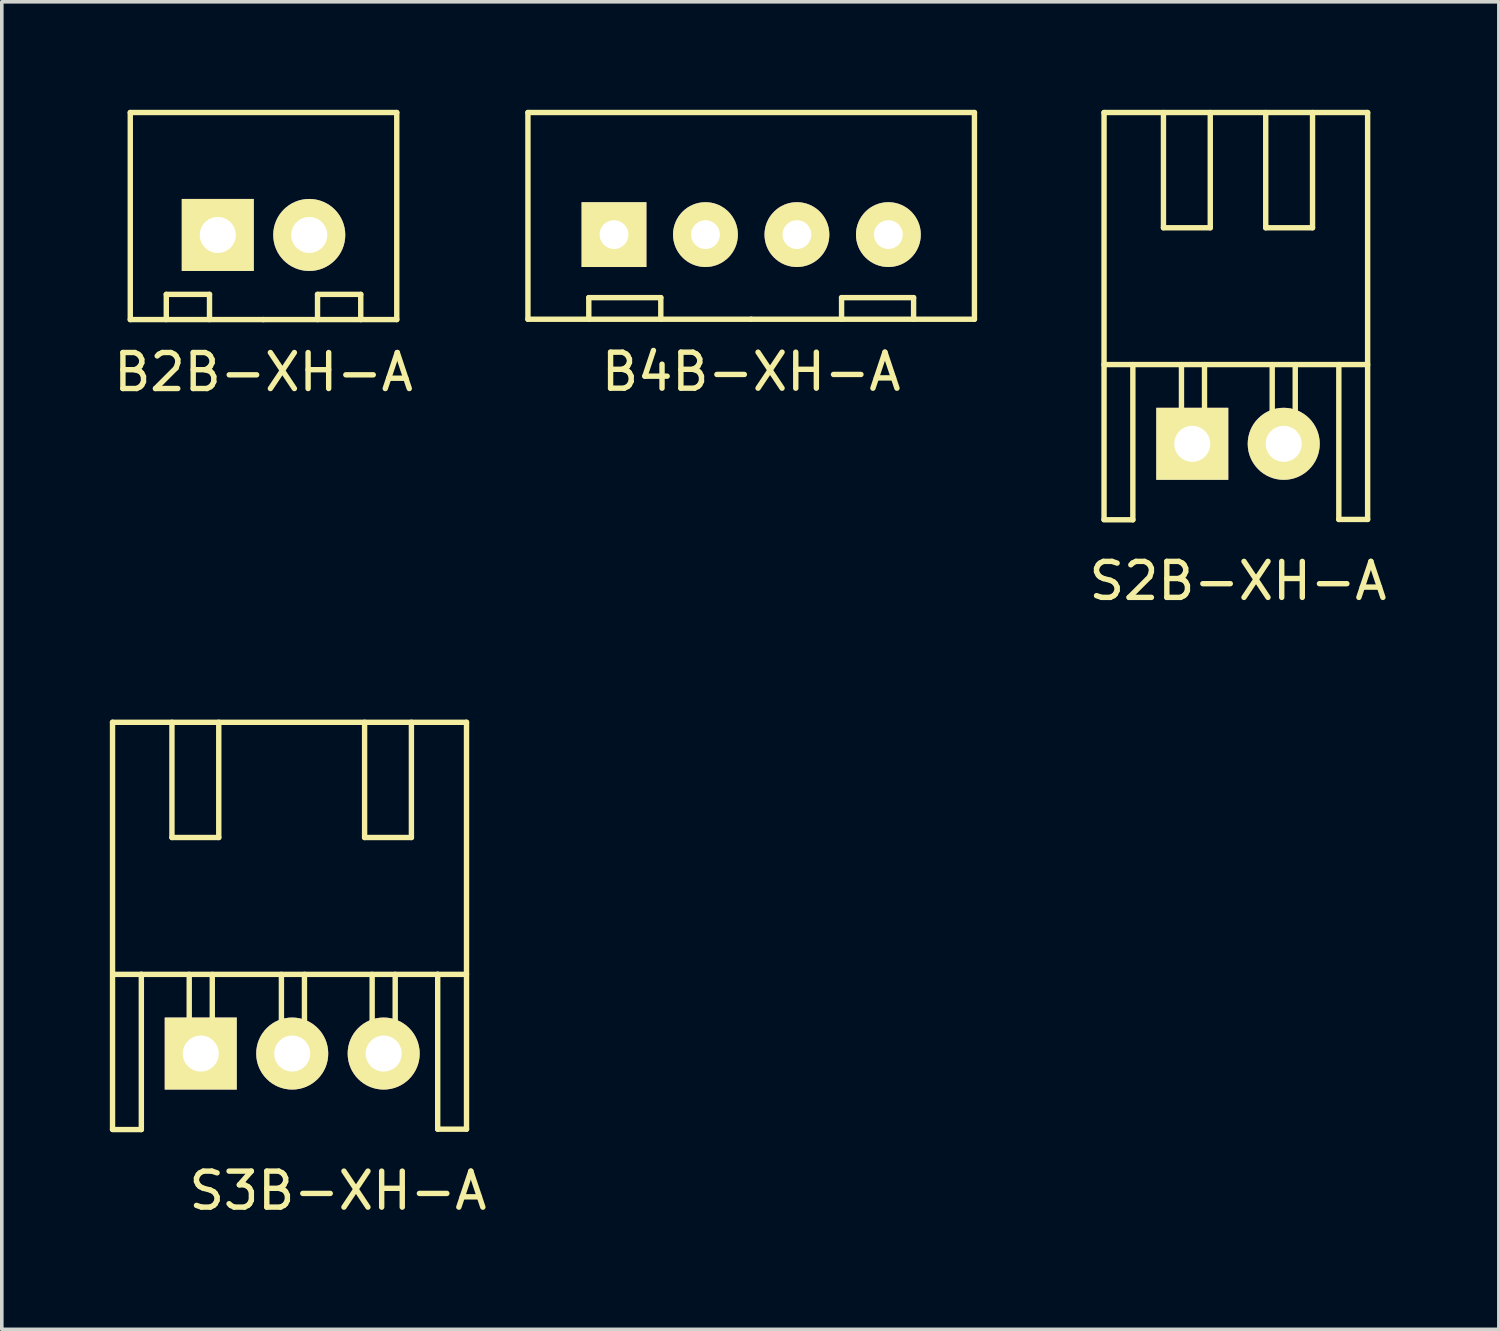
<source format=kicad_pcb>
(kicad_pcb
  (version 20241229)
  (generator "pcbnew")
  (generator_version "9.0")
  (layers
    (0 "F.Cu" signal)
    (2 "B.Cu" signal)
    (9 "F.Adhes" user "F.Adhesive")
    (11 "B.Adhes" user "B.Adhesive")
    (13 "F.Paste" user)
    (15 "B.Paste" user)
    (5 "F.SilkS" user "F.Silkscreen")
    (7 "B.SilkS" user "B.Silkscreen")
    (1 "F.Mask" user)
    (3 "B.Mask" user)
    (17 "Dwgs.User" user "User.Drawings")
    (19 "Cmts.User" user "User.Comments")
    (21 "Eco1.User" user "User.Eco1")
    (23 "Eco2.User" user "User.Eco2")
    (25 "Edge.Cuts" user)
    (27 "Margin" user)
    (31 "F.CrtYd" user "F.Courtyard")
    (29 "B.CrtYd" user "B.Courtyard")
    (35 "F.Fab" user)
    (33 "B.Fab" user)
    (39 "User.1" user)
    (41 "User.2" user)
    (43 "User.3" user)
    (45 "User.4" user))
  (footprint "B4B-XH-A"
    (layer "F.Cu")
    (at 17.811 3.465)
    (property "Reference" "B4B-XH-A" (at 0 3.81 0) (layer "F.SilkS") (effects (font (size 1 1) (thickness 0.15))))
    (attr through_hole)
    (fp_line (start -6.2 -3.39) (end 6.2 -3.39) (stroke (width 0.15) (type solid)) (layer "F.SilkS"))
    (fp_line (start -6.2 2.35) (end -6.2 -3.39) (stroke (width 0.15) (type solid)) (layer "F.SilkS"))
    (fp_line (start -4.51 1.75) (end -2.51 1.75) (stroke (width 0.15) (type solid)) (layer "F.SilkS"))
    (fp_line (start -4.51 2.35) (end -4.51 1.75) (stroke (width 0.15) (type solid)) (layer "F.SilkS"))
    (fp_line (start -2.51 1.75) (end -2.51 2.35) (stroke (width 0.15) (type solid)) (layer "F.SilkS"))
    (fp_line (start 0 2.35) (end -6.2 2.35) (stroke (width 0.15) (type solid)) (layer "F.SilkS"))
    (fp_line (start 0 2.35) (end 6.2 2.35) (stroke (width 0.15) (type solid)) (layer "F.SilkS"))
    (fp_line (start 2.51 1.75) (end 2.51 2.35) (stroke (width 0.15) (type solid)) (layer "F.SilkS"))
    (fp_line (start 4.51 1.75) (end 2.51 1.75) (stroke (width 0.15) (type solid)) (layer "F.SilkS"))
    (fp_line (start 4.51 2.35) (end 4.51 1.75) (stroke (width 0.15) (type solid)) (layer "F.SilkS"))
    (fp_line (start 6.2 2.35) (end 6.2 -3.39) (stroke (width 0.15) (type solid)) (layer "F.SilkS"))
    (pad "1" thru_hole rect (at -3.81 0) (size 1.8 1.8) (drill 0.8) (layers "*.Cu" "*.Mask" "F.SilkS"))
    (pad "2" thru_hole circle (at -1.27 0) (size 1.8 1.8) (drill 0.8) (layers "*.Cu" "*.Mask" "F.SilkS"))
    (pad "3" thru_hole circle (at 1.27 0) (size 1.8 1.8) (drill 0.8) (layers "*.Cu" "*.Mask" "F.SilkS"))
    (pad "4" thru_hole circle (at 3.81 0) (size 1.8 1.8) (drill 0.8) (layers "*.Cu" "*.Mask" "F.SilkS")))
  (footprint "B2B-XH-A"
    (layer "F.Cu")
    (at 4.268 3.475)
    (property "Reference" "B2B-XH-A" (at 0 3.81 0) (layer "F.SilkS") (effects (font (size 1 1) (thickness 0.15))))
    (attr through_hole)
    (fp_line (start -3.7 -3.4) (end 3.7 -3.4) (stroke (width 0.15) (type solid)) (layer "F.SilkS"))
    (fp_line (start -3.7 2.35) (end -3.7 -3.4) (stroke (width 0.15) (type solid)) (layer "F.SilkS"))
    (fp_line (start -2.7 1.65) (end -1.5 1.65) (stroke (width 0.15) (type solid)) (layer "F.SilkS"))
    (fp_line (start -2.7 2.35) (end -2.7 1.65) (stroke (width 0.15) (type solid)) (layer "F.SilkS"))
    (fp_line (start -1.5 1.65) (end -1.5 2.35) (stroke (width 0.15) (type solid)) (layer "F.SilkS"))
    (fp_line (start 0 2.35) (end -3.7 2.35) (stroke (width 0.15) (type solid)) (layer "F.SilkS"))
    (fp_line (start 1.5 1.65) (end 1.5 2.35) (stroke (width 0.15) (type solid)) (layer "F.SilkS"))
    (fp_line (start 2.7 1.65) (end 1.5 1.65) (stroke (width 0.15) (type solid)) (layer "F.SilkS"))
    (fp_line (start 2.7 2.35) (end 2.7 1.65) (stroke (width 0.15) (type solid)) (layer "F.SilkS"))
    (fp_line (start 3.7 -3.4) (end 3.7 2.35) (stroke (width 0.15) (type solid)) (layer "F.SilkS"))
    (fp_line (start 3.7 2.35) (end -0.01 2.35) (stroke (width 0.15) (type solid)) (layer "F.SilkS"))
    (pad "1" thru_hole rect (at -1.27 0) (size 2 2) (drill 1) (layers "*.Cu" "*.Mask" "F.SilkS"))
    (pad "2" thru_hole circle (at 1.27 0) (size 2 2) (drill 1) (layers "*.Cu" "*.Mask" "F.SilkS")))
  (footprint "S2B-XH-A"
    (layer "F.Cu")
    (at 31.33 9.275)
    (property "Reference" "S2B-XH-A" (at 0 3.81 0) (layer "F.SilkS") (effects (font (size 1 1) (thickness 0.15))))
    (attr through_hole)
    (fp_line (start -3.72 -9.2) (end 3.6 -9.2) (stroke (width 0.15) (type solid)) (layer "F.SilkS"))
    (fp_line (start -3.72 2.1) (end -3.72 -9.2) (stroke (width 0.15) (type solid)) (layer "F.SilkS"))
    (fp_line (start -3.72 2.11) (end -2.92 2.11) (stroke (width 0.15) (type solid)) (layer "F.SilkS"))
    (fp_line (start -2.92 -2.2) (end -3.72 -2.2) (stroke (width 0.15) (type solid)) (layer "F.SilkS"))
    (fp_line (start -2.92 2.11) (end -2.92 -2.2) (stroke (width 0.15) (type solid)) (layer "F.SilkS"))
    (fp_line (start -2.07 -9.2) (end -2.07 -6) (stroke (width 0.15) (type solid)) (layer "F.SilkS"))
    (fp_line (start -2.07 -6) (end -0.77 -6) (stroke (width 0.15) (type solid)) (layer "F.SilkS"))
    (fp_line (start -1.57 0) (end -1.57 -2.2) (stroke (width 0.15) (type solid)) (layer "F.SilkS"))
    (fp_line (start -1.26 0) (end -0.93 0) (stroke (width 0.15) (type solid)) (layer "F.SilkS"))
    (fp_line (start -1.25 0) (end -1.57 0) (stroke (width 0.15) (type solid)) (layer "F.SilkS"))
    (fp_line (start -0.93 0) (end -0.93 -2.2) (stroke (width 0.15) (type solid)) (layer "F.SilkS"))
    (fp_line (start -0.77 -6) (end -0.77 -9.2) (stroke (width 0.15) (type solid)) (layer "F.SilkS"))
    (fp_line (start 0.77 -6) (end 0.77 -9.2) (stroke (width 0.15) (type solid)) (layer "F.SilkS"))
    (fp_line (start 0.95 0) (end 0.95 -2.2) (stroke (width 0.15) (type solid)) (layer "F.SilkS"))
    (fp_line (start 1.27 0) (end 0.95 0) (stroke (width 0.15) (type solid)) (layer "F.SilkS"))
    (fp_line (start 1.27 0) (end 1.59 0) (stroke (width 0.15) (type solid)) (layer "F.SilkS"))
    (fp_line (start 1.59 0) (end 1.59 -2.2) (stroke (width 0.15) (type solid)) (layer "F.SilkS"))
    (fp_line (start 2.07 -9.2) (end 2.07 -6) (stroke (width 0.15) (type solid)) (layer "F.SilkS"))
    (fp_line (start 2.07 -6) (end 0.77 -6) (stroke (width 0.15) (type solid)) (layer "F.SilkS"))
    (fp_line (start 2.8 -2.2) (end -2.92 -2.2) (stroke (width 0.15) (type solid)) (layer "F.SilkS"))
    (fp_line (start 2.8 -2.2) (end 3.6 -2.2) (stroke (width 0.15) (type solid)) (layer "F.SilkS"))
    (fp_line (start 2.8 2.1) (end 2.8 -2.2) (stroke (width 0.15) (type solid)) (layer "F.SilkS"))
    (fp_line (start 3.6 -9.2) (end 3.6 2.1) (stroke (width 0.15) (type solid)) (layer "F.SilkS"))
    (fp_line (start 3.6 2.1) (end 2.8 2.1) (stroke (width 0.15) (type solid)) (layer "F.SilkS"))
    (pad "1" thru_hole rect (at -1.27 0) (size 2 2) (drill 1) (layers "*.Cu" "*.Mask" "F.SilkS"))
    (pad "2" thru_hole circle (at 1.27 0) (size 2 2) (drill 1) (layers "*.Cu" "*.Mask" "F.SilkS")))
  (footprint "S3B-XH-A"
    (layer "F.Cu")
    (at 6.335 26.208)
    (property "Reference" "S3B-XH-A" (at 0 3.81 0) (layer "F.SilkS") (effects (font (size 1 1) (thickness 0.15))))
    (attr through_hole)
    (fp_line (start -6.26 2.1) (end -6.26 -9.2) (stroke (width 0.15) (type solid)) (layer "F.SilkS"))
    (fp_line (start -6.26 2.11) (end -5.46 2.11) (stroke (width 0.15) (type solid)) (layer "F.SilkS"))
    (fp_line (start -5.46 -2.2) (end -6.25 -2.2) (stroke (width 0.15) (type solid)) (layer "F.SilkS"))
    (fp_line (start -5.46 2.11) (end -5.46 -2.2) (stroke (width 0.15) (type solid)) (layer "F.SilkS"))
    (fp_line (start -4.61 -9.2) (end -4.61 -6) (stroke (width 0.15) (type solid)) (layer "F.SilkS"))
    (fp_line (start -4.61 -6) (end -3.31 -6) (stroke (width 0.15) (type solid)) (layer "F.SilkS"))
    (fp_line (start -4.13 0) (end -4.13 -2.2) (stroke (width 0.15) (type solid)) (layer "F.SilkS"))
    (fp_line (start -3.81 0) (end -4.13 0) (stroke (width 0.15) (type solid)) (layer "F.SilkS"))
    (fp_line (start -3.81 0) (end -3.49 0) (stroke (width 0.15) (type solid)) (layer "F.SilkS"))
    (fp_line (start -3.49 0) (end -3.49 -2.2) (stroke (width 0.15) (type solid)) (layer "F.SilkS"))
    (fp_line (start -3.31 -6) (end -3.31 -9.2) (stroke (width 0.15) (type solid)) (layer "F.SilkS"))
    (fp_line (start -1.57 0) (end -1.57 -2.2) (stroke (width 0.15) (type solid)) (layer "F.SilkS"))
    (fp_line (start -1.26 0) (end -0.93 0) (stroke (width 0.15) (type solid)) (layer "F.SilkS"))
    (fp_line (start -1.25 0) (end -1.57 0) (stroke (width 0.15) (type solid)) (layer "F.SilkS"))
    (fp_line (start -0.93 0) (end -0.93 -2.2) (stroke (width 0.15) (type solid)) (layer "F.SilkS"))
    (fp_line (start 0.74 -6) (end 0.74 -9.2) (stroke (width 0.15) (type solid)) (layer "F.SilkS"))
    (fp_line (start 0.95 0) (end 0.95 -2.2) (stroke (width 0.15) (type solid)) (layer "F.SilkS"))
    (fp_line (start 1.27 0) (end 0.95 0) (stroke (width 0.15) (type solid)) (layer "F.SilkS"))
    (fp_line (start 1.27 0) (end 1.59 0) (stroke (width 0.15) (type solid)) (layer "F.SilkS"))
    (fp_line (start 1.59 0) (end 1.59 -2.2) (stroke (width 0.15) (type solid)) (layer "F.SilkS"))
    (fp_line (start 2.04 -9.2) (end 2.04 -6) (stroke (width 0.15) (type solid)) (layer "F.SilkS"))
    (fp_line (start 2.04 -6) (end 0.74 -6) (stroke (width 0.15) (type solid)) (layer "F.SilkS"))
    (fp_line (start 2.77 -2.2) (end -5.46 -2.2) (stroke (width 0.15) (type solid)) (layer "F.SilkS"))
    (fp_line (start 2.77 -2.2) (end 3.57 -2.2) (stroke (width 0.15) (type solid)) (layer "F.SilkS"))
    (fp_line (start 2.77 2.1) (end 2.77 -2.2) (stroke (width 0.15) (type solid)) (layer "F.SilkS"))
    (fp_line (start 3.57 -9.2) (end -6.26 -9.2) (stroke (width 0.15) (type solid)) (layer "F.SilkS"))
    (fp_line (start 3.57 -9.2) (end 3.57 2.1) (stroke (width 0.15) (type solid)) (layer "F.SilkS"))
    (fp_line (start 3.57 2.1) (end 2.77 2.1) (stroke (width 0.15) (type solid)) (layer "F.SilkS"))
    (pad "1" thru_hole rect (at -3.81 0) (size 2 2) (drill 1) (layers "*.Cu" "*.Mask" "F.SilkS"))
    (pad "2" thru_hole circle (at -1.27 0) (size 2 2) (drill 1) (layers "*.Cu" "*.Mask" "F.SilkS"))
    (pad "3" thru_hole circle (at 1.27 0) (size 2 2) (drill 1) (layers "*.Cu" "*.Mask" "F.SilkS")))
  (gr_rect
    (start -3 -3)
    (end 38.574 33.867)
    (stroke (width 0.1) (type default))
    (fill no)
    (layer "Edge.Cuts")))
</source>
